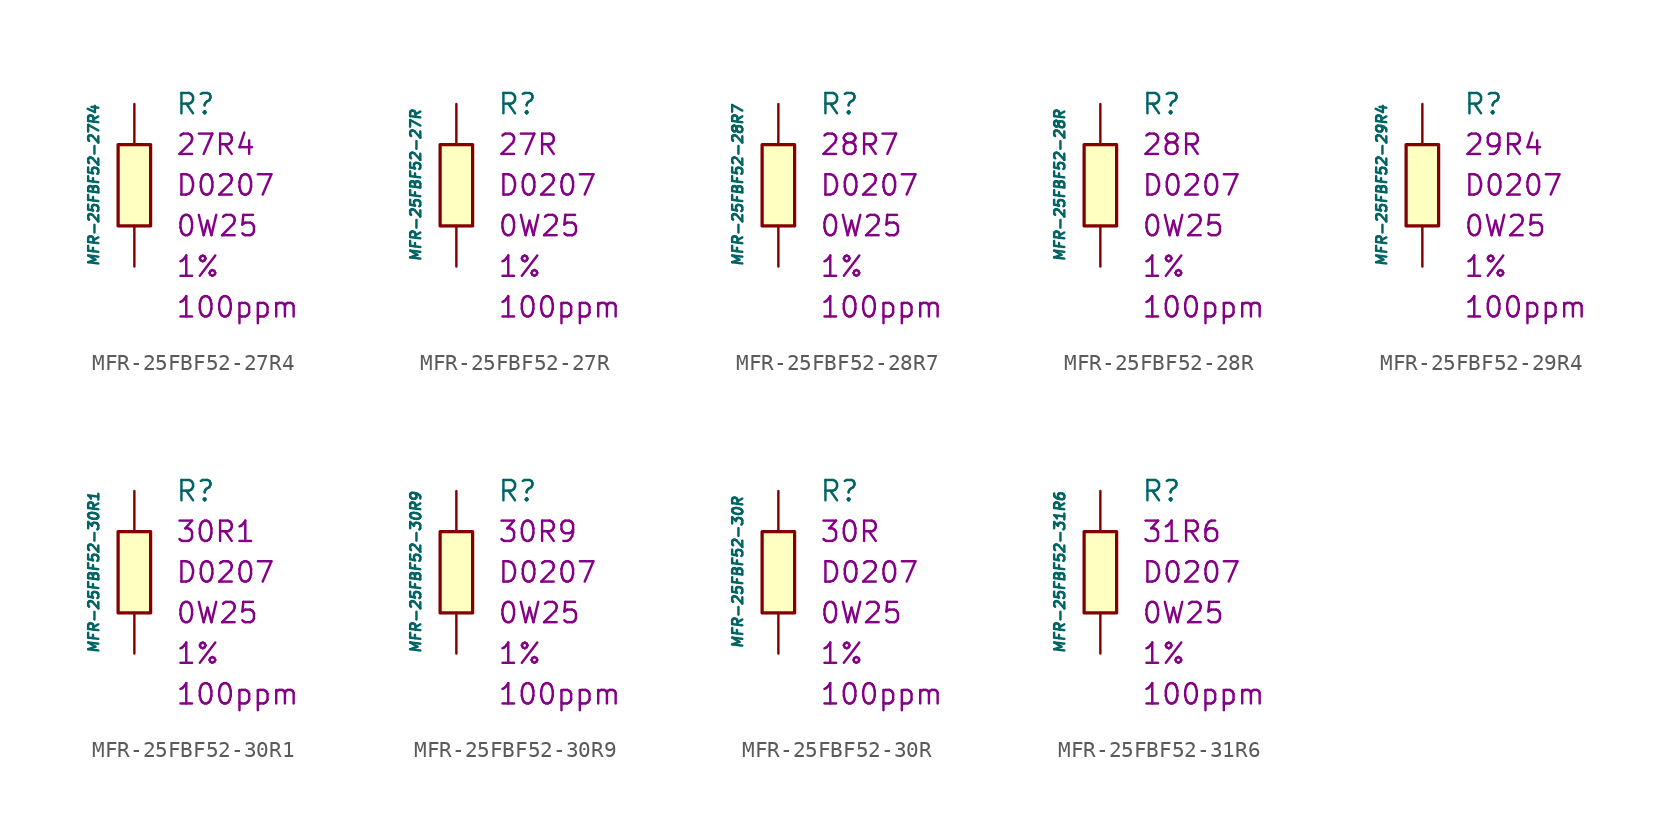
<source format=kicad_sym>
(kicad_symbol_lib
  (version 20211014)
  (generator kicad_symbol_editor)
  (symbol "MFR-25FBF52-27R4"
    (pin_numbers hide)
    (pin_names
      (offset 1.016) hide)
    (property "Reference" "R"
      (at 2.54 5.08 0)
      (effects (font (size 1.27 1.27)) (justify left)))
    (property "Value" "MFR-25FBF52-27R4"
      (at -2.54 0 90)
      (effects (font (size 0.635 0.635) italic)))
    (property "Package" "D0207"
      (at 2.54 0 0)
      (effects (font (size 1.27 1.27)) (justify left)))
    (property "Power" "0W25"
      (at 2.54 -2.54 0)
      (effects (font (size 1.27 1.27)) (justify left)))
    (property "Tolerance" "1%"
      (at 2.54 -5.08 0)
      (effects (font (size 1.27 1.27)) (justify left)))
    (property "TK" "100ppm"
      (at 2.54 -7.62 0)
      (effects (font (size 1.27 1.27)) (justify left)))
    (property "Val" "27R4"
      (at 2.54 2.54 0)
      (effects (font (size 1.27 1.27)) (justify left)))
    (symbol "MFR-25FBF52-27R4_0_1"
      (rectangle (start -1.016 2.54) (end 1.016 -2.54) (stroke (width 0.203) (type default) (color 0 0 0 0)) (fill (type background))))
    (symbol "MFR-25FBF52-27R4_1_1"
      (pin passive line (at 0 5.08 270) (length 2.54) (name "~" (effects (font (size 1.778 1.778)))) (number "1" (effects (font (size 1.778 1.778)))))
      (pin passive line (at 0 -5.08 90) (length 2.54) (name "~" (effects (font (size 1.778 1.778)))) (number "2" (effects (font (size 1.778 1.778)))))))
  (symbol "MFR-25FBF52-27R"
    (pin_numbers hide)
    (pin_names
      (offset 1.016) hide)
    (property "Reference" "R"
      (at 2.54 5.08 0)
      (effects (font (size 1.27 1.27)) (justify left)))
    (property "Value" "MFR-25FBF52-27R"
      (at -2.54 0 90)
      (effects (font (size 0.635 0.635) italic)))
    (property "Package" "D0207"
      (at 2.54 0 0)
      (effects (font (size 1.27 1.27)) (justify left)))
    (property "Power" "0W25"
      (at 2.54 -2.54 0)
      (effects (font (size 1.27 1.27)) (justify left)))
    (property "Tolerance" "1%"
      (at 2.54 -5.08 0)
      (effects (font (size 1.27 1.27)) (justify left)))
    (property "TK" "100ppm"
      (at 2.54 -7.62 0)
      (effects (font (size 1.27 1.27)) (justify left)))
    (property "Val" "27R"
      (at 2.54 2.54 0)
      (effects (font (size 1.27 1.27)) (justify left)))
    (symbol "MFR-25FBF52-27R_0_1"
      (rectangle (start -1.016 2.54) (end 1.016 -2.54) (stroke (width 0.203) (type default) (color 0 0 0 0)) (fill (type background))))
    (symbol "MFR-25FBF52-27R_1_1"
      (pin passive line (at 0 5.08 270) (length 2.54) (name "~" (effects (font (size 1.778 1.778)))) (number "1" (effects (font (size 1.778 1.778)))))
      (pin passive line (at 0 -5.08 90) (length 2.54) (name "~" (effects (font (size 1.778 1.778)))) (number "2" (effects (font (size 1.778 1.778)))))))
  (symbol "MFR-25FBF52-28R7"
    (pin_numbers hide)
    (pin_names
      (offset 1.016) hide)
    (property "Reference" "R"
      (at 2.54 5.08 0)
      (effects (font (size 1.27 1.27)) (justify left)))
    (property "Value" "MFR-25FBF52-28R7"
      (at -2.54 0 90)
      (effects (font (size 0.635 0.635) italic)))
    (property "Package" "D0207"
      (at 2.54 0 0)
      (effects (font (size 1.27 1.27)) (justify left)))
    (property "Power" "0W25"
      (at 2.54 -2.54 0)
      (effects (font (size 1.27 1.27)) (justify left)))
    (property "Tolerance" "1%"
      (at 2.54 -5.08 0)
      (effects (font (size 1.27 1.27)) (justify left)))
    (property "TK" "100ppm"
      (at 2.54 -7.62 0)
      (effects (font (size 1.27 1.27)) (justify left)))
    (property "Val" "28R7"
      (at 2.54 2.54 0)
      (effects (font (size 1.27 1.27)) (justify left)))
    (symbol "MFR-25FBF52-28R7_0_1"
      (rectangle (start -1.016 2.54) (end 1.016 -2.54) (stroke (width 0.203) (type default) (color 0 0 0 0)) (fill (type background))))
    (symbol "MFR-25FBF52-28R7_1_1"
      (pin passive line (at 0 5.08 270) (length 2.54) (name "~" (effects (font (size 1.778 1.778)))) (number "1" (effects (font (size 1.778 1.778)))))
      (pin passive line (at 0 -5.08 90) (length 2.54) (name "~" (effects (font (size 1.778 1.778)))) (number "2" (effects (font (size 1.778 1.778)))))))
  (symbol "MFR-25FBF52-28R"
    (pin_numbers hide)
    (pin_names
      (offset 1.016) hide)
    (property "Reference" "R"
      (at 2.54 5.08 0)
      (effects (font (size 1.27 1.27)) (justify left)))
    (property "Value" "MFR-25FBF52-28R"
      (at -2.54 0 90)
      (effects (font (size 0.635 0.635) italic)))
    (property "Package" "D0207"
      (at 2.54 0 0)
      (effects (font (size 1.27 1.27)) (justify left)))
    (property "Power" "0W25"
      (at 2.54 -2.54 0)
      (effects (font (size 1.27 1.27)) (justify left)))
    (property "Tolerance" "1%"
      (at 2.54 -5.08 0)
      (effects (font (size 1.27 1.27)) (justify left)))
    (property "TK" "100ppm"
      (at 2.54 -7.62 0)
      (effects (font (size 1.27 1.27)) (justify left)))
    (property "Val" "28R"
      (at 2.54 2.54 0)
      (effects (font (size 1.27 1.27)) (justify left)))
    (symbol "MFR-25FBF52-28R_0_1"
      (rectangle (start -1.016 2.54) (end 1.016 -2.54) (stroke (width 0.203) (type default) (color 0 0 0 0)) (fill (type background))))
    (symbol "MFR-25FBF52-28R_1_1"
      (pin passive line (at 0 5.08 270) (length 2.54) (name "~" (effects (font (size 1.778 1.778)))) (number "1" (effects (font (size 1.778 1.778)))))
      (pin passive line (at 0 -5.08 90) (length 2.54) (name "~" (effects (font (size 1.778 1.778)))) (number "2" (effects (font (size 1.778 1.778)))))))
  (symbol "MFR-25FBF52-29R4"
    (pin_numbers hide)
    (pin_names
      (offset 1.016) hide)
    (property "Reference" "R"
      (at 2.54 5.08 0)
      (effects (font (size 1.27 1.27)) (justify left)))
    (property "Value" "MFR-25FBF52-29R4"
      (at -2.54 0 90)
      (effects (font (size 0.635 0.635) italic)))
    (property "Package" "D0207"
      (at 2.54 0 0)
      (effects (font (size 1.27 1.27)) (justify left)))
    (property "Power" "0W25"
      (at 2.54 -2.54 0)
      (effects (font (size 1.27 1.27)) (justify left)))
    (property "Tolerance" "1%"
      (at 2.54 -5.08 0)
      (effects (font (size 1.27 1.27)) (justify left)))
    (property "TK" "100ppm"
      (at 2.54 -7.62 0)
      (effects (font (size 1.27 1.27)) (justify left)))
    (property "Val" "29R4"
      (at 2.54 2.54 0)
      (effects (font (size 1.27 1.27)) (justify left)))
    (symbol "MFR-25FBF52-29R4_0_1"
      (rectangle (start -1.016 2.54) (end 1.016 -2.54) (stroke (width 0.203) (type default) (color 0 0 0 0)) (fill (type background))))
    (symbol "MFR-25FBF52-29R4_1_1"
      (pin passive line (at 0 5.08 270) (length 2.54) (name "~" (effects (font (size 1.778 1.778)))) (number "1" (effects (font (size 1.778 1.778)))))
      (pin passive line (at 0 -5.08 90) (length 2.54) (name "~" (effects (font (size 1.778 1.778)))) (number "2" (effects (font (size 1.778 1.778)))))))
  (symbol "MFR-25FBF52-30R1"
    (pin_numbers hide)
    (pin_names
      (offset 1.016) hide)
    (property "Reference" "R"
      (at 2.54 5.08 0)
      (effects (font (size 1.27 1.27)) (justify left)))
    (property "Value" "MFR-25FBF52-30R1"
      (at -2.54 0 90)
      (effects (font (size 0.635 0.635) italic)))
    (property "Package" "D0207"
      (at 2.54 0 0)
      (effects (font (size 1.27 1.27)) (justify left)))
    (property "Power" "0W25"
      (at 2.54 -2.54 0)
      (effects (font (size 1.27 1.27)) (justify left)))
    (property "Tolerance" "1%"
      (at 2.54 -5.08 0)
      (effects (font (size 1.27 1.27)) (justify left)))
    (property "TK" "100ppm"
      (at 2.54 -7.62 0)
      (effects (font (size 1.27 1.27)) (justify left)))
    (property "Val" "30R1"
      (at 2.54 2.54 0)
      (effects (font (size 1.27 1.27)) (justify left)))
    (symbol "MFR-25FBF52-30R1_0_1"
      (rectangle (start -1.016 2.54) (end 1.016 -2.54) (stroke (width 0.203) (type default) (color 0 0 0 0)) (fill (type background))))
    (symbol "MFR-25FBF52-30R1_1_1"
      (pin passive line (at 0 5.08 270) (length 2.54) (name "~" (effects (font (size 1.778 1.778)))) (number "1" (effects (font (size 1.778 1.778)))))
      (pin passive line (at 0 -5.08 90) (length 2.54) (name "~" (effects (font (size 1.778 1.778)))) (number "2" (effects (font (size 1.778 1.778)))))))
  (symbol "MFR-25FBF52-30R9"
    (pin_numbers hide)
    (pin_names
      (offset 1.016) hide)
    (property "Reference" "R"
      (at 2.54 5.08 0)
      (effects (font (size 1.27 1.27)) (justify left)))
    (property "Value" "MFR-25FBF52-30R9"
      (at -2.54 0 90)
      (effects (font (size 0.635 0.635) italic)))
    (property "Package" "D0207"
      (at 2.54 0 0)
      (effects (font (size 1.27 1.27)) (justify left)))
    (property "Power" "0W25"
      (at 2.54 -2.54 0)
      (effects (font (size 1.27 1.27)) (justify left)))
    (property "Tolerance" "1%"
      (at 2.54 -5.08 0)
      (effects (font (size 1.27 1.27)) (justify left)))
    (property "TK" "100ppm"
      (at 2.54 -7.62 0)
      (effects (font (size 1.27 1.27)) (justify left)))
    (property "Val" "30R9"
      (at 2.54 2.54 0)
      (effects (font (size 1.27 1.27)) (justify left)))
    (symbol "MFR-25FBF52-30R9_0_1"
      (rectangle (start -1.016 2.54) (end 1.016 -2.54) (stroke (width 0.203) (type default) (color 0 0 0 0)) (fill (type background))))
    (symbol "MFR-25FBF52-30R9_1_1"
      (pin passive line (at 0 5.08 270) (length 2.54) (name "~" (effects (font (size 1.778 1.778)))) (number "1" (effects (font (size 1.778 1.778)))))
      (pin passive line (at 0 -5.08 90) (length 2.54) (name "~" (effects (font (size 1.778 1.778)))) (number "2" (effects (font (size 1.778 1.778)))))))
  (symbol "MFR-25FBF52-30R"
    (pin_numbers hide)
    (pin_names
      (offset 1.016) hide)
    (property "Reference" "R"
      (at 2.54 5.08 0)
      (effects (font (size 1.27 1.27)) (justify left)))
    (property "Value" "MFR-25FBF52-30R"
      (at -2.54 0 90)
      (effects (font (size 0.635 0.635) italic)))
    (property "Package" "D0207"
      (at 2.54 0 0)
      (effects (font (size 1.27 1.27)) (justify left)))
    (property "Power" "0W25"
      (at 2.54 -2.54 0)
      (effects (font (size 1.27 1.27)) (justify left)))
    (property "Tolerance" "1%"
      (at 2.54 -5.08 0)
      (effects (font (size 1.27 1.27)) (justify left)))
    (property "TK" "100ppm"
      (at 2.54 -7.62 0)
      (effects (font (size 1.27 1.27)) (justify left)))
    (property "Val" "30R"
      (at 2.54 2.54 0)
      (effects (font (size 1.27 1.27)) (justify left)))
    (symbol "MFR-25FBF52-30R_0_1"
      (rectangle (start -1.016 2.54) (end 1.016 -2.54) (stroke (width 0.203) (type default) (color 0 0 0 0)) (fill (type background))))
    (symbol "MFR-25FBF52-30R_1_1"
      (pin passive line (at 0 5.08 270) (length 2.54) (name "~" (effects (font (size 1.778 1.778)))) (number "1" (effects (font (size 1.778 1.778)))))
      (pin passive line (at 0 -5.08 90) (length 2.54) (name "~" (effects (font (size 1.778 1.778)))) (number "2" (effects (font (size 1.778 1.778)))))))
  (symbol "MFR-25FBF52-31R6"
    (pin_numbers hide)
    (pin_names
      (offset 1.016) hide)
    (property "Reference" "R"
      (at 2.54 5.08 0)
      (effects (font (size 1.27 1.27)) (justify left)))
    (property "Value" "MFR-25FBF52-31R6"
      (at -2.54 0 90)
      (effects (font (size 0.635 0.635) italic)))
    (property "Package" "D0207"
      (at 2.54 0 0)
      (effects (font (size 1.27 1.27)) (justify left)))
    (property "Power" "0W25"
      (at 2.54 -2.54 0)
      (effects (font (size 1.27 1.27)) (justify left)))
    (property "Tolerance" "1%"
      (at 2.54 -5.08 0)
      (effects (font (size 1.27 1.27)) (justify left)))
    (property "TK" "100ppm"
      (at 2.54 -7.62 0)
      (effects (font (size 1.27 1.27)) (justify left)))
    (property "Val" "31R6"
      (at 2.54 2.54 0)
      (effects (font (size 1.27 1.27)) (justify left)))
    (symbol "MFR-25FBF52-31R6_0_1"
      (rectangle (start -1.016 2.54) (end 1.016 -2.54) (stroke (width 0.203) (type default) (color 0 0 0 0)) (fill (type background))))
    (symbol "MFR-25FBF52-31R6_1_1"
      (pin passive line (at 0 5.08 270) (length 2.54) (name "~" (effects (font (size 1.778 1.778)))) (number "1" (effects (font (size 1.778 1.778)))))
      (pin passive line (at 0 -5.08 90) (length 2.54) (name "~" (effects (font (size 1.778 1.778)))) (number "2" (effects (font (size 1.778 1.778))))))))
</source>
